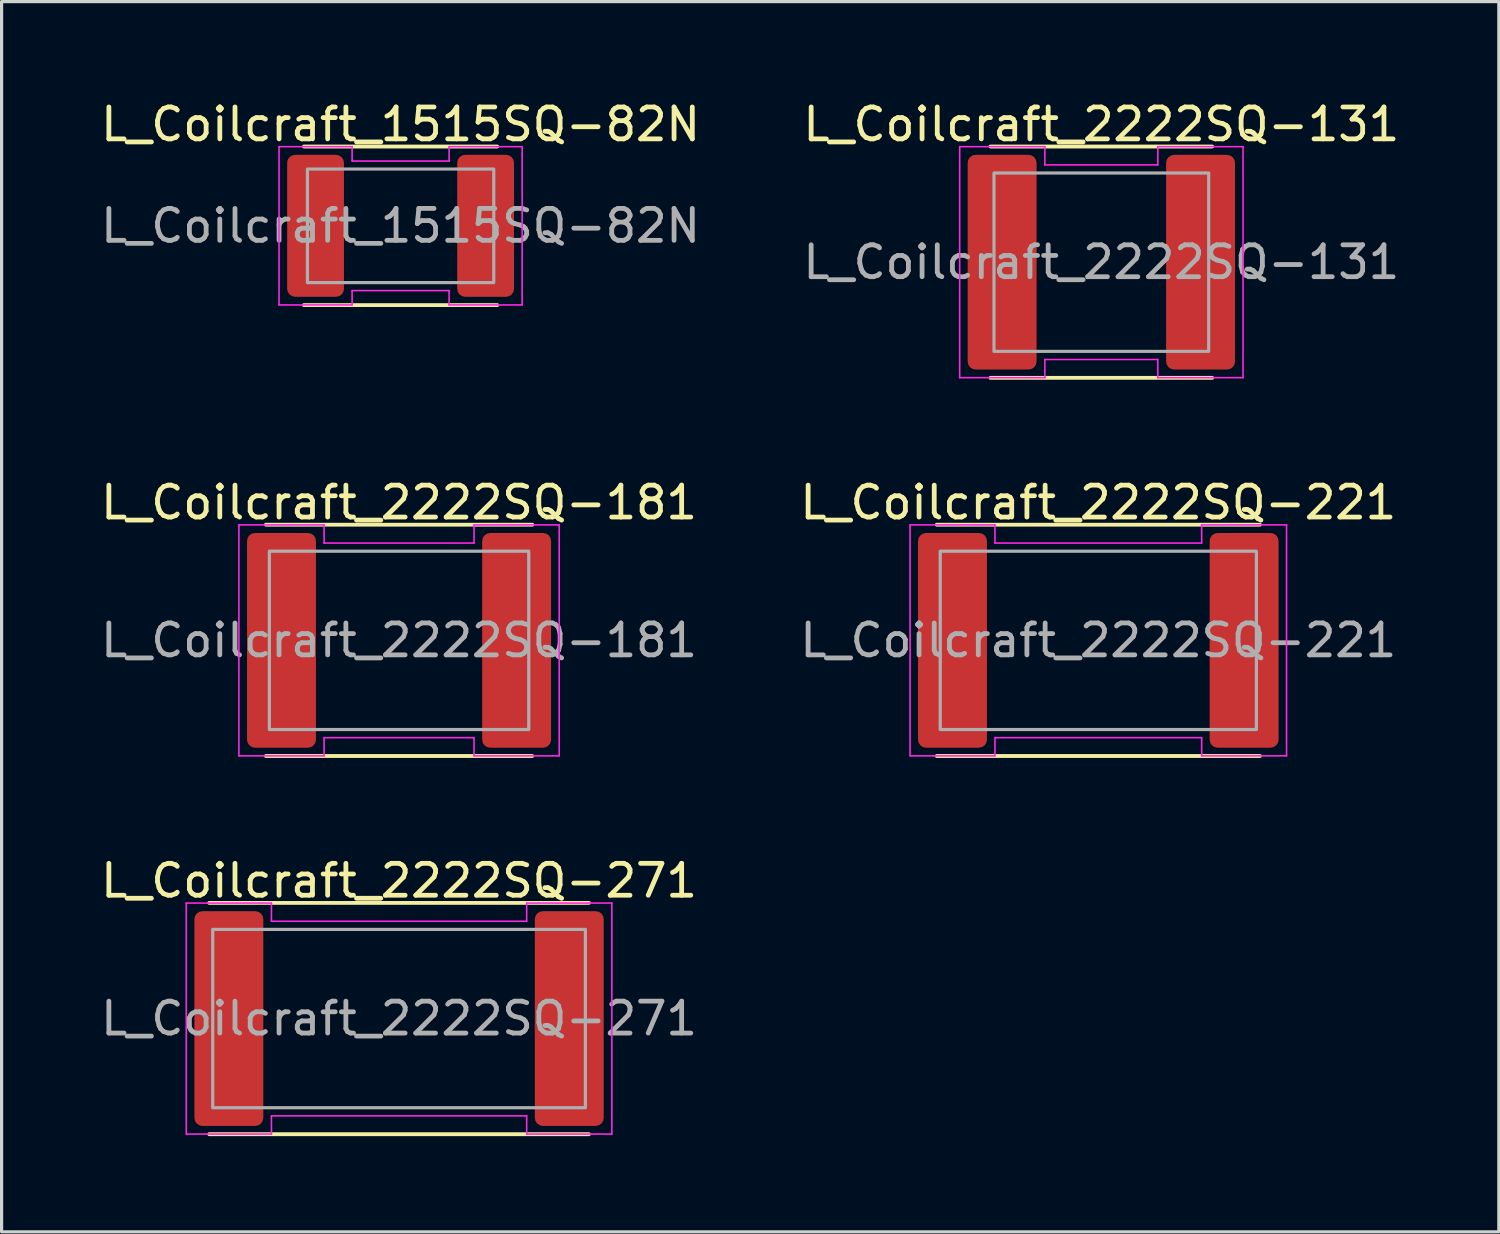
<source format=kicad_pcb>
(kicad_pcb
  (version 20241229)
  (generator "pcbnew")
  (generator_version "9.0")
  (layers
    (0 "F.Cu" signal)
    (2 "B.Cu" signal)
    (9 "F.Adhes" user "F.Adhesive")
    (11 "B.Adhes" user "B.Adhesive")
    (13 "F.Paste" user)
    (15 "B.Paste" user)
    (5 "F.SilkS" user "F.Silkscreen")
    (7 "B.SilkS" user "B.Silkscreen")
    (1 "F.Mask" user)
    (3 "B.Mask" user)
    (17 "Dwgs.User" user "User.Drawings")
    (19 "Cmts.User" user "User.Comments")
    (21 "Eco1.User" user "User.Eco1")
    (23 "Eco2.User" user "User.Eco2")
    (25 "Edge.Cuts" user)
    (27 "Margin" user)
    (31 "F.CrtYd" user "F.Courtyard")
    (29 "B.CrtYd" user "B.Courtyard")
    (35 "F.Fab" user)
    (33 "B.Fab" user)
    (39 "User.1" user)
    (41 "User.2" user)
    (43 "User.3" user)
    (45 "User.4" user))
  (footprint "L_Coilcraft_2222SQ-221"
    (layer "F.Cu")
    (at 31.375 17.021)
    (property "Reference" "L_Coilcraft_2222SQ-221" (at 0 -4.32 0) (layer "F.SilkS") (effects (font (size 1 1) (thickness 0.15))))
    (attr smd)
    (fp_line (start -5.065 -3.625) (end 5.065 -3.625) (stroke (width 0.12) (type solid)) (layer "F.SilkS"))
    (fp_line (start 5.065 3.625) (end -5.065 3.625) (stroke (width 0.12) (type solid)) (layer "F.SilkS"))
    (fp_line (start -5.9 -3.62) (end -3.24 -3.62) (stroke (width 0.05) (type solid)) (layer "F.CrtYd"))
    (fp_line (start -5.9 3.62) (end -5.9 -3.62) (stroke (width 0.05) (type solid)) (layer "F.CrtYd"))
    (fp_line (start -3.24 -3.62) (end -3.24 -3.05) (stroke (width 0.05) (type solid)) (layer "F.CrtYd"))
    (fp_line (start -3.24 -3.05) (end 3.24 -3.05) (stroke (width 0.05) (type solid)) (layer "F.CrtYd"))
    (fp_line (start -3.24 3.05) (end -3.24 3.62) (stroke (width 0.05) (type solid)) (layer "F.CrtYd"))
    (fp_line (start -3.24 3.62) (end -5.9 3.62) (stroke (width 0.05) (type solid)) (layer "F.CrtYd"))
    (fp_line (start 3.24 -3.62) (end 5.9 -3.62) (stroke (width 0.05) (type solid)) (layer "F.CrtYd"))
    (fp_line (start 3.24 -3.05) (end 3.24 -3.62) (stroke (width 0.05) (type solid)) (layer "F.CrtYd"))
    (fp_line (start 3.24 3.05) (end -3.24 3.05) (stroke (width 0.05) (type solid)) (layer "F.CrtYd"))
    (fp_line (start 3.24 3.62) (end 3.24 3.05) (stroke (width 0.05) (type solid)) (layer "F.CrtYd"))
    (fp_line (start 5.9 -3.62) (end 5.9 3.62) (stroke (width 0.05) (type solid)) (layer "F.CrtYd"))
    (fp_line (start 5.9 3.62) (end 3.24 3.62) (stroke (width 0.05) (type solid)) (layer "F.CrtYd"))
    (fp_rect (start -4.955 -2.795) (end 4.955 2.795) (stroke (width 0.1) (type solid)) (fill no) (layer "F.Fab"))
    (fp_text user "${REFERENCE}" (at 0 0 0) (layer "F.Fab") (effects (font (size 1 1) (thickness 0.15))))
    (pad "1" smd roundrect (at -4.57 0) (size 2.16 6.73) (layers "F.Cu" "F.Mask" "F.Paste") (roundrect_rratio 0.116))
    (pad "2" smd roundrect (at 4.57 0) (size 2.16 6.73) (layers "F.Cu" "F.Mask" "F.Paste") (roundrect_rratio 0.116)))
  (footprint "L_Coilcraft_1515SQ-82N"
    (layer "F.Cu")
    (at 9.506 4.028)
    (property "Reference" "L_Coilcraft_1515SQ-82N" (at 0 -3.18 0) (layer "F.SilkS") (effects (font (size 1 1) (thickness 0.15))))
    (attr smd)
    (fp_line (start -3.03 -2.485) (end 3.03 -2.485) (stroke (width 0.12) (type solid)) (layer "F.SilkS"))
    (fp_line (start 3.03 2.485) (end -3.03 2.485) (stroke (width 0.12) (type solid)) (layer "F.SilkS"))
    (fp_line (start -3.81 -2.48) (end -1.52 -2.48) (stroke (width 0.05) (type solid)) (layer "F.CrtYd"))
    (fp_line (start -3.81 2.48) (end -3.81 -2.48) (stroke (width 0.05) (type solid)) (layer "F.CrtYd"))
    (fp_line (start -1.52 -2.48) (end -1.52 -2.03) (stroke (width 0.05) (type solid)) (layer "F.CrtYd"))
    (fp_line (start -1.52 -2.03) (end 1.52 -2.03) (stroke (width 0.05) (type solid)) (layer "F.CrtYd"))
    (fp_line (start -1.52 2.03) (end -1.52 2.48) (stroke (width 0.05) (type solid)) (layer "F.CrtYd"))
    (fp_line (start -1.52 2.48) (end -3.81 2.48) (stroke (width 0.05) (type solid)) (layer "F.CrtYd"))
    (fp_line (start 1.52 -2.48) (end 3.81 -2.48) (stroke (width 0.05) (type solid)) (layer "F.CrtYd"))
    (fp_line (start 1.52 -2.03) (end 1.52 -2.48) (stroke (width 0.05) (type solid)) (layer "F.CrtYd"))
    (fp_line (start 1.52 2.03) (end -1.52 2.03) (stroke (width 0.05) (type solid)) (layer "F.CrtYd"))
    (fp_line (start 1.52 2.48) (end 1.52 2.03) (stroke (width 0.05) (type solid)) (layer "F.CrtYd"))
    (fp_line (start 3.81 -2.48) (end 3.81 2.48) (stroke (width 0.05) (type solid)) (layer "F.CrtYd"))
    (fp_line (start 3.81 2.48) (end 1.52 2.48) (stroke (width 0.05) (type solid)) (layer "F.CrtYd"))
    (fp_rect (start -2.92 -1.78) (end 2.92 1.78) (stroke (width 0.1) (type solid)) (fill no) (layer "F.Fab"))
    (fp_text user "${REFERENCE}" (at 0 0 0) (layer "F.Fab") (effects (font (size 1 1) (thickness 0.15))))
    (pad "1" smd roundrect (at -2.665 0) (size 1.78 4.45) (layers "F.Cu" "F.Mask" "F.Paste") (roundrect_rratio 0.14))
    (pad "2" smd roundrect (at 2.665 0) (size 1.78 4.45) (layers "F.Cu" "F.Mask" "F.Paste") (roundrect_rratio 0.14)))
  (footprint "L_Coilcraft_2222SQ-131"
    (layer "F.Cu")
    (at 31.47 5.168)
    (property "Reference" "L_Coilcraft_2222SQ-131" (at 0 -4.32 0) (layer "F.SilkS") (effects (font (size 1 1) (thickness 0.15))))
    (attr smd)
    (fp_line (start -3.475 -3.625) (end 3.475 -3.625) (stroke (width 0.12) (type solid)) (layer "F.SilkS"))
    (fp_line (start 3.475 3.625) (end -3.475 3.625) (stroke (width 0.12) (type solid)) (layer "F.SilkS"))
    (fp_line (start -4.44 -3.62) (end -1.77 -3.62) (stroke (width 0.05) (type solid)) (layer "F.CrtYd"))
    (fp_line (start -4.44 3.62) (end -4.44 -3.62) (stroke (width 0.05) (type solid)) (layer "F.CrtYd"))
    (fp_line (start -1.77 -3.62) (end -1.77 -3.05) (stroke (width 0.05) (type solid)) (layer "F.CrtYd"))
    (fp_line (start -1.77 -3.05) (end 1.77 -3.05) (stroke (width 0.05) (type solid)) (layer "F.CrtYd"))
    (fp_line (start -1.77 3.05) (end -1.77 3.62) (stroke (width 0.05) (type solid)) (layer "F.CrtYd"))
    (fp_line (start -1.77 3.62) (end -4.44 3.62) (stroke (width 0.05) (type solid)) (layer "F.CrtYd"))
    (fp_line (start 1.77 -3.62) (end 4.44 -3.62) (stroke (width 0.05) (type solid)) (layer "F.CrtYd"))
    (fp_line (start 1.77 -3.05) (end 1.77 -3.62) (stroke (width 0.05) (type solid)) (layer "F.CrtYd"))
    (fp_line (start 1.77 3.05) (end -1.77 3.05) (stroke (width 0.05) (type solid)) (layer "F.CrtYd"))
    (fp_line (start 1.77 3.62) (end 1.77 3.05) (stroke (width 0.05) (type solid)) (layer "F.CrtYd"))
    (fp_line (start 4.44 -3.62) (end 4.44 3.62) (stroke (width 0.05) (type solid)) (layer "F.CrtYd"))
    (fp_line (start 4.44 3.62) (end 1.77 3.62) (stroke (width 0.05) (type solid)) (layer "F.CrtYd"))
    (fp_rect (start -3.365 -2.795) (end 3.365 2.795) (stroke (width 0.1) (type solid)) (fill no) (layer "F.Fab"))
    (fp_text user "${REFERENCE}" (at 0 0 0) (layer "F.Fab") (effects (font (size 1 1) (thickness 0.15))))
    (pad "1" smd roundrect (at -3.11 0) (size 2.16 6.73) (layers "F.Cu" "F.Mask" "F.Paste") (roundrect_rratio 0.116))
    (pad "2" smd roundrect (at 3.11 0) (size 2.16 6.73) (layers "F.Cu" "F.Mask" "F.Paste") (roundrect_rratio 0.116)))
  (footprint "L_Coilcraft_2222SQ-181"
    (layer "F.Cu")
    (at 9.458 17.021)
    (property "Reference" "L_Coilcraft_2222SQ-181" (at 0 -4.32 0) (layer "F.SilkS") (effects (font (size 1 1) (thickness 0.15))))
    (attr smd)
    (fp_line (start -4.175 -3.625) (end 4.175 -3.625) (stroke (width 0.12) (type solid)) (layer "F.SilkS"))
    (fp_line (start 4.175 3.625) (end -4.175 3.625) (stroke (width 0.12) (type solid)) (layer "F.SilkS"))
    (fp_line (start -5.02 -3.62) (end -2.35 -3.62) (stroke (width 0.05) (type solid)) (layer "F.CrtYd"))
    (fp_line (start -5.02 3.62) (end -5.02 -3.62) (stroke (width 0.05) (type solid)) (layer "F.CrtYd"))
    (fp_line (start -2.35 -3.62) (end -2.35 -3.05) (stroke (width 0.05) (type solid)) (layer "F.CrtYd"))
    (fp_line (start -2.35 -3.05) (end 2.35 -3.05) (stroke (width 0.05) (type solid)) (layer "F.CrtYd"))
    (fp_line (start -2.35 3.05) (end -2.35 3.62) (stroke (width 0.05) (type solid)) (layer "F.CrtYd"))
    (fp_line (start -2.35 3.62) (end -5.02 3.62) (stroke (width 0.05) (type solid)) (layer "F.CrtYd"))
    (fp_line (start 2.35 -3.62) (end 5.02 -3.62) (stroke (width 0.05) (type solid)) (layer "F.CrtYd"))
    (fp_line (start 2.35 -3.05) (end 2.35 -3.62) (stroke (width 0.05) (type solid)) (layer "F.CrtYd"))
    (fp_line (start 2.35 3.05) (end -2.35 3.05) (stroke (width 0.05) (type solid)) (layer "F.CrtYd"))
    (fp_line (start 2.35 3.62) (end 2.35 3.05) (stroke (width 0.05) (type solid)) (layer "F.CrtYd"))
    (fp_line (start 5.02 -3.62) (end 5.02 3.62) (stroke (width 0.05) (type solid)) (layer "F.CrtYd"))
    (fp_line (start 5.02 3.62) (end 2.35 3.62) (stroke (width 0.05) (type solid)) (layer "F.CrtYd"))
    (fp_rect (start -4.065 -2.795) (end 4.065 2.795) (stroke (width 0.1) (type solid)) (fill no) (layer "F.Fab"))
    (fp_text user "${REFERENCE}" (at 0 0 0) (layer "F.Fab") (effects (font (size 1 1) (thickness 0.15))))
    (pad "1" smd roundrect (at -3.685 0) (size 2.16 6.73) (layers "F.Cu" "F.Mask" "F.Paste") (roundrect_rratio 0.116))
    (pad "2" smd roundrect (at 3.685 0) (size 2.16 6.73) (layers "F.Cu" "F.Mask" "F.Paste") (roundrect_rratio 0.116)))
  (footprint "L_Coilcraft_2222SQ-271"
    (layer "F.Cu")
    (at 9.458 28.875)
    (property "Reference" "L_Coilcraft_2222SQ-271" (at 0 -4.32 0) (layer "F.SilkS") (effects (font (size 1 1) (thickness 0.15))))
    (attr smd)
    (fp_line (start -5.95 -3.625) (end 5.95 -3.625) (stroke (width 0.12) (type solid)) (layer "F.SilkS"))
    (fp_line (start 5.95 3.625) (end -5.95 3.625) (stroke (width 0.12) (type solid)) (layer "F.SilkS"))
    (fp_line (start -6.67 -3.62) (end -4 -3.62) (stroke (width 0.05) (type solid)) (layer "F.CrtYd"))
    (fp_line (start -6.67 3.62) (end -6.67 -3.62) (stroke (width 0.05) (type solid)) (layer "F.CrtYd"))
    (fp_line (start -4 -3.62) (end -4 -3.05) (stroke (width 0.05) (type solid)) (layer "F.CrtYd"))
    (fp_line (start -4 -3.05) (end 4 -3.05) (stroke (width 0.05) (type solid)) (layer "F.CrtYd"))
    (fp_line (start -4 3.05) (end -4 3.62) (stroke (width 0.05) (type solid)) (layer "F.CrtYd"))
    (fp_line (start -4 3.62) (end -6.67 3.62) (stroke (width 0.05) (type solid)) (layer "F.CrtYd"))
    (fp_line (start 4 -3.62) (end 6.67 -3.62) (stroke (width 0.05) (type solid)) (layer "F.CrtYd"))
    (fp_line (start 4 -3.05) (end 4 -3.62) (stroke (width 0.05) (type solid)) (layer "F.CrtYd"))
    (fp_line (start 4 3.05) (end -4 3.05) (stroke (width 0.05) (type solid)) (layer "F.CrtYd"))
    (fp_line (start 4 3.62) (end 4 3.05) (stroke (width 0.05) (type solid)) (layer "F.CrtYd"))
    (fp_line (start 6.67 -3.62) (end 6.67 3.62) (stroke (width 0.05) (type solid)) (layer "F.CrtYd"))
    (fp_line (start 6.67 3.62) (end 4 3.62) (stroke (width 0.05) (type solid)) (layer "F.CrtYd"))
    (fp_rect (start -5.84 -2.795) (end 5.84 2.795) (stroke (width 0.1) (type solid)) (fill no) (layer "F.Fab"))
    (fp_text user "${REFERENCE}" (at 0 0 0) (layer "F.Fab") (effects (font (size 1 1) (thickness 0.15))))
    (pad "1" smd roundrect (at -5.335 0) (size 2.16 6.73) (layers "F.Cu" "F.Mask" "F.Paste") (roundrect_rratio 0.116))
    (pad "2" smd roundrect (at 5.335 0) (size 2.16 6.73) (layers "F.Cu" "F.Mask" "F.Paste") (roundrect_rratio 0.116)))
  (gr_rect
    (start -3 -3)
    (end 43.929 35.56)
    (stroke (width 0.1) (type default))
    (fill no)
    (layer "Edge.Cuts")))
</source>
